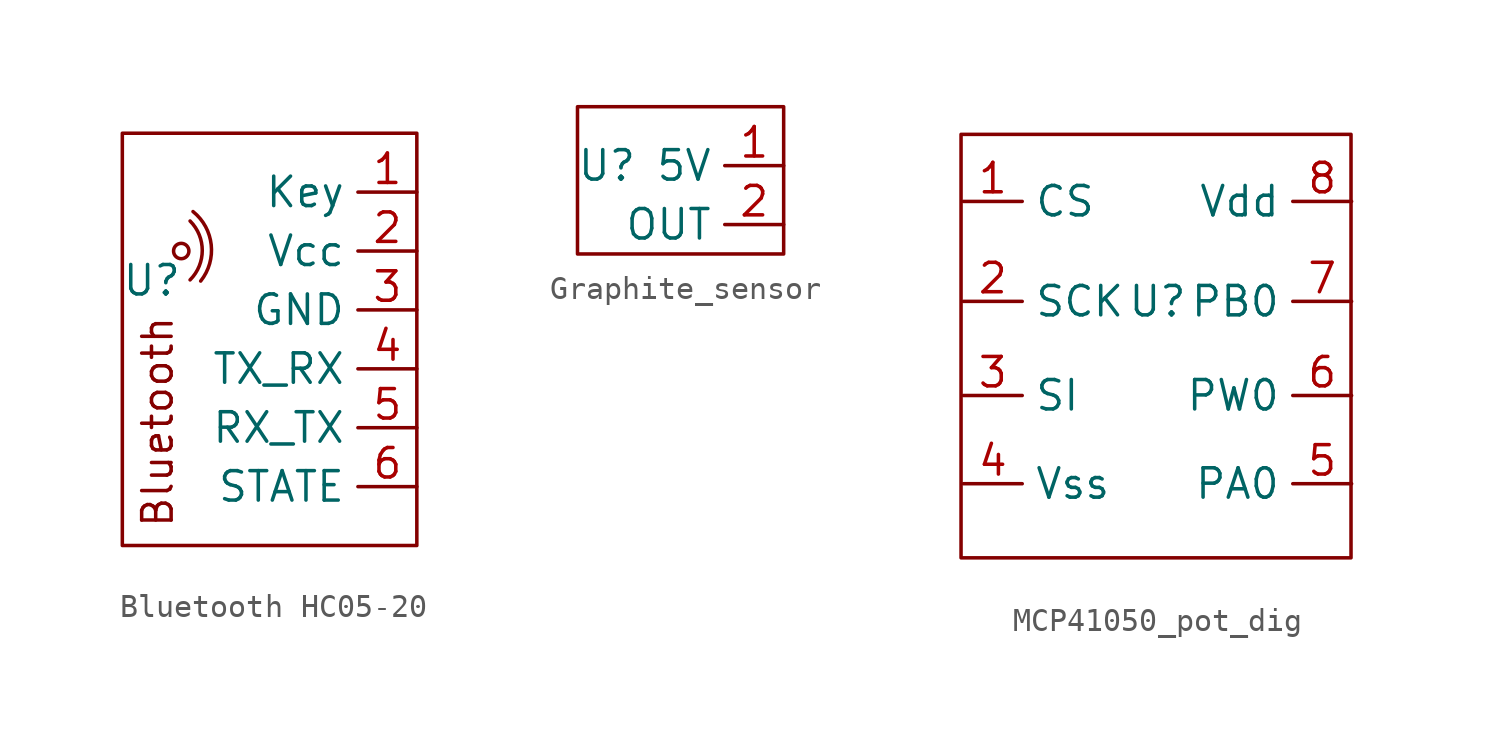
<source format=kicad_sym>
(kicad_symbol_lib
  (version 20220914)
  (generator kicad_symbol_editor)
  (symbol "Bluetooth HC05-20"
    (property "Reference" "U"
      (at -5.08 -1.27 0)
      (effects (font (size 1.27 1.27))))
    (property "Value" ""
      (at 0 0 0)
      (effects (font (size 1.27 1.27))))
    (symbol "Bluetooth HC05-20_0_1"
      (rectangle (start -6.35 5.08) (end 6.35 -12.7) (stroke (width 0) (type default)) (fill (type none)))
      (circle (center -3.81 0) (radius 0.331) (stroke (width 0) (type default)) (fill (type none)))
      (arc (start -3.4289 -1.2446) (mid -2.9029 0.0254) (end -3.4289 1.2954) (stroke (width 0) (type default)) (fill (type none)))
      (arc (start -2.9716 -1.2954) (mid -2.5173 0.2715) (end -3.302 1.7018) (stroke (width 0) (type default)) (fill (type none))))
    (symbol "Bluetooth HC05-20_1_1"
      (text "Bluetooth" (at -4.826 -7.366 900) (effects (font (size 1.27 1.27))))
      (pin passive line (at 6.35 2.54 180) (length 2.54) (name "Key" (effects (font (size 1.27 1.27)))) (number "1" (effects (font (size 1.27 1.27)))))
      (pin passive line (at 6.35 0 180) (length 2.54) (name "Vcc" (effects (font (size 1.27 1.27)))) (number "2" (effects (font (size 1.27 1.27)))))
      (pin passive line (at 6.35 -2.54 180) (length 2.54) (name "GND" (effects (font (size 1.27 1.27)))) (number "3" (effects (font (size 1.27 1.27)))))
      (pin passive line (at 6.35 -5.08 180) (length 2.54) (name "TX_RX" (effects (font (size 1.27 1.27)))) (number "4" (effects (font (size 1.27 1.27)))))
      (pin passive line (at 6.35 -7.62 180) (length 2.54) (name "RX_TX" (effects (font (size 1.27 1.27)))) (number "5" (effects (font (size 1.27 1.27)))))
      (pin passive line (at 6.35 -10.16 180) (length 2.54) (name "STATE" (effects (font (size 1.27 1.27)))) (number "6" (effects (font (size 1.27 1.27)))))))
  (symbol "Graphite_sensor"
    (property "Reference" "U"
      (at -3.81 0 0)
      (effects (font (size 1.27 1.27))))
    (property "Value" ""
      (at 0 0 0)
      (effects (font (size 1.27 1.27))))
    (symbol "Graphite_sensor_0_1"
      (rectangle (start -5.08 2.54) (end 3.81 -3.81) (stroke (width 0) (type default)) (fill (type none))))
    (symbol "Graphite_sensor_1_1"
      (pin passive line (at 3.81 0 180) (length 2.54) (name "5V" (effects (font (size 1.27 1.27)))) (number "1" (effects (font (size 1.27 1.27)))))
      (pin passive line (at 3.81 -2.54 180) (length 2.54) (name "OUT" (effects (font (size 1.27 1.27)))) (number "2" (effects (font (size 1.27 1.27)))))))
  (symbol "MCP41050_pot_dig"
    (property "Reference" "U"
      (at 0 0 0)
      (effects (font (size 1.27 1.27))))
    (property "Value" ""
      (at 0 0 0)
      (effects (font (size 1.27 1.27))))
    (symbol "MCP41050_pot_dig_0_1"
      (rectangle (start -8.484 7.214) (end 8.357 -11.074) (stroke (width 0) (type default)) (fill (type none))))
    (symbol "MCP41050_pot_dig_1_1"
      (pin passive line (at -8.382 4.318 0) (length 2.54) (name "CS" (effects (font (size 1.27 1.27)))) (number "1" (effects (font (size 1.27 1.27)))))
      (pin passive line (at -8.382 0 0) (length 2.54) (name "SCK" (effects (font (size 1.27 1.27)))) (number "2" (effects (font (size 1.27 1.27)))))
      (pin passive line (at -8.382 -4.064 0) (length 2.54) (name "SI" (effects (font (size 1.27 1.27)))) (number "3" (effects (font (size 1.27 1.27)))))
      (pin passive line (at -8.382 -7.874 0) (length 2.54) (name "Vss" (effects (font (size 1.27 1.27)))) (number "4" (effects (font (size 1.27 1.27)))))
      (pin passive line (at 8.382 -7.874 180) (length 2.54) (name "PA0" (effects (font (size 1.27 1.27)))) (number "5" (effects (font (size 1.27 1.27)))))
      (pin passive line (at 8.382 -4.064 180) (length 2.54) (name "PW0" (effects (font (size 1.27 1.27)))) (number "6" (effects (font (size 1.27 1.27)))))
      (pin passive line (at 8.382 0 180) (length 2.54) (name "PB0" (effects (font (size 1.27 1.27)))) (number "7" (effects (font (size 1.27 1.27)))))
      (pin passive line (at 8.382 4.318 180) (length 2.54) (name "Vdd" (effects (font (size 1.27 1.27)))) (number "8" (effects (font (size 1.27 1.27))))))))
</source>
